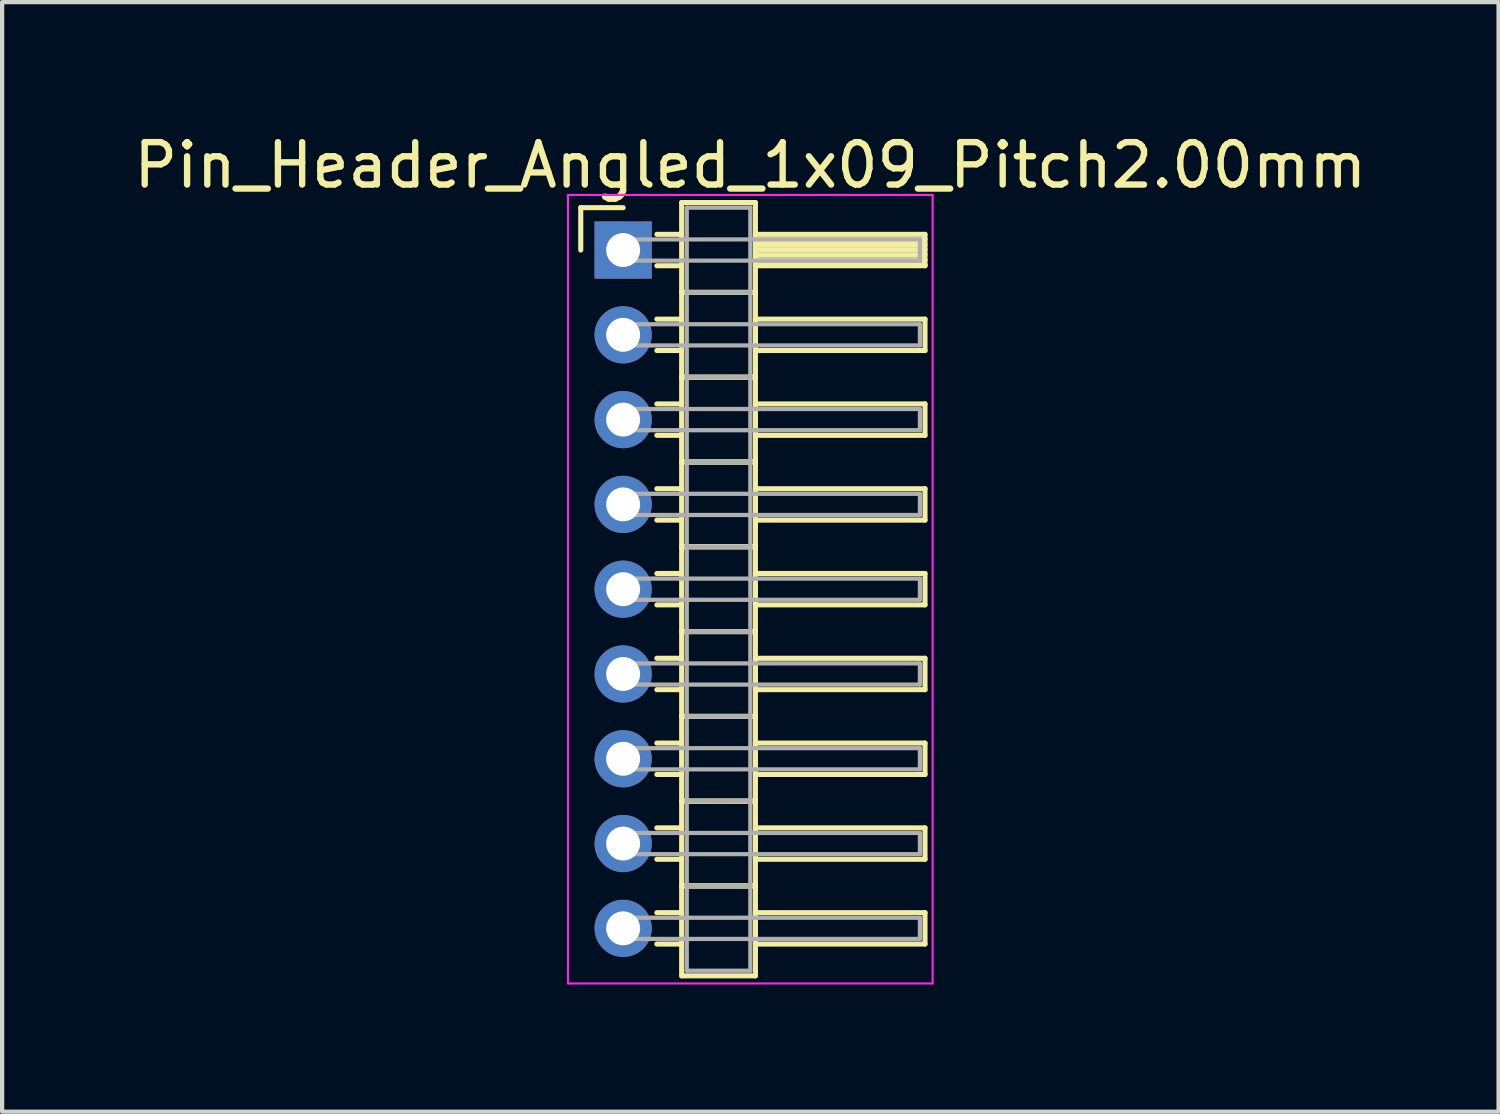
<source format=kicad_pcb>
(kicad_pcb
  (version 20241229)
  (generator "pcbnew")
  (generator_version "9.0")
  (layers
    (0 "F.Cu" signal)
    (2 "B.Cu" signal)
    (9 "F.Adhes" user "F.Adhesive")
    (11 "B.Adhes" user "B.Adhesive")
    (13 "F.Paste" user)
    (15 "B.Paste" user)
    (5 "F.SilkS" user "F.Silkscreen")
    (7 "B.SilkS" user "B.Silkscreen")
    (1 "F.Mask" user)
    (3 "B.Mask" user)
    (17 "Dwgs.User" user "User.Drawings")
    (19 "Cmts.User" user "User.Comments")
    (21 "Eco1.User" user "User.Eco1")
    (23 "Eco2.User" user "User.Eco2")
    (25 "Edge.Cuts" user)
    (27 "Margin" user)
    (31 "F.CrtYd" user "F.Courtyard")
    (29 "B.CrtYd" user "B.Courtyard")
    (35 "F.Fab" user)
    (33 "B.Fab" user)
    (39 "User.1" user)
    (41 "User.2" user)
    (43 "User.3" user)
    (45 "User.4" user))
  (footprint "Pin_Header_Angled_1x09_Pitch2.00mm"
    (layer "F.Cu")
    (at 11.649 2.848)
    (property "Reference" "Pin_Header_Angled_1x09_Pitch2.00mm" (at 3 -2 0) (layer "F.SilkS") (effects (font (size 1 1) (thickness 0.15))))
    (attr through_hole)
    (fp_line (start -1 -1) (end 0 -1) (stroke (width 0.12) (type solid)) (layer "F.SilkS"))
    (fp_line (start -1 0) (end -1 -1) (stroke (width 0.12) (type solid)) (layer "F.SilkS"))
    (fp_line (start 0.795 -0.37) (end 1.38 -0.37) (stroke (width 0.12) (type solid)) (layer "F.SilkS"))
    (fp_line (start 0.795 0.37) (end 1.38 0.37) (stroke (width 0.12) (type solid)) (layer "F.SilkS"))
    (fp_line (start 0.795 1.63) (end 1.38 1.63) (stroke (width 0.12) (type solid)) (layer "F.SilkS"))
    (fp_line (start 0.795 2.37) (end 1.38 2.37) (stroke (width 0.12) (type solid)) (layer "F.SilkS"))
    (fp_line (start 0.795 3.63) (end 1.38 3.63) (stroke (width 0.12) (type solid)) (layer "F.SilkS"))
    (fp_line (start 0.795 4.37) (end 1.38 4.37) (stroke (width 0.12) (type solid)) (layer "F.SilkS"))
    (fp_line (start 0.795 5.63) (end 1.38 5.63) (stroke (width 0.12) (type solid)) (layer "F.SilkS"))
    (fp_line (start 0.795 6.37) (end 1.38 6.37) (stroke (width 0.12) (type solid)) (layer "F.SilkS"))
    (fp_line (start 0.795 7.63) (end 1.38 7.63) (stroke (width 0.12) (type solid)) (layer "F.SilkS"))
    (fp_line (start 0.795 8.37) (end 1.38 8.37) (stroke (width 0.12) (type solid)) (layer "F.SilkS"))
    (fp_line (start 0.795 9.63) (end 1.38 9.63) (stroke (width 0.12) (type solid)) (layer "F.SilkS"))
    (fp_line (start 0.795 10.37) (end 1.38 10.37) (stroke (width 0.12) (type solid)) (layer "F.SilkS"))
    (fp_line (start 0.795 11.63) (end 1.38 11.63) (stroke (width 0.12) (type solid)) (layer "F.SilkS"))
    (fp_line (start 0.795 12.37) (end 1.38 12.37) (stroke (width 0.12) (type solid)) (layer "F.SilkS"))
    (fp_line (start 0.795 13.63) (end 1.38 13.63) (stroke (width 0.12) (type solid)) (layer "F.SilkS"))
    (fp_line (start 0.795 14.37) (end 1.38 14.37) (stroke (width 0.12) (type solid)) (layer "F.SilkS"))
    (fp_line (start 0.795 15.63) (end 1.38 15.63) (stroke (width 0.12) (type solid)) (layer "F.SilkS"))
    (fp_line (start 0.795 16.37) (end 1.38 16.37) (stroke (width 0.12) (type solid)) (layer "F.SilkS"))
    (fp_line (start 1.38 -1.12) (end 1.38 1) (stroke (width 0.12) (type solid)) (layer "F.SilkS"))
    (fp_line (start 1.38 1) (end 1.38 3) (stroke (width 0.12) (type solid)) (layer "F.SilkS"))
    (fp_line (start 1.38 1) (end 3.12 1) (stroke (width 0.12) (type solid)) (layer "F.SilkS"))
    (fp_line (start 1.38 3) (end 1.38 5) (stroke (width 0.12) (type solid)) (layer "F.SilkS"))
    (fp_line (start 1.38 3) (end 3.12 3) (stroke (width 0.12) (type solid)) (layer "F.SilkS"))
    (fp_line (start 1.38 5) (end 1.38 7) (stroke (width 0.12) (type solid)) (layer "F.SilkS"))
    (fp_line (start 1.38 5) (end 3.12 5) (stroke (width 0.12) (type solid)) (layer "F.SilkS"))
    (fp_line (start 1.38 7) (end 1.38 9) (stroke (width 0.12) (type solid)) (layer "F.SilkS"))
    (fp_line (start 1.38 7) (end 3.12 7) (stroke (width 0.12) (type solid)) (layer "F.SilkS"))
    (fp_line (start 1.38 9) (end 1.38 11) (stroke (width 0.12) (type solid)) (layer "F.SilkS"))
    (fp_line (start 1.38 9) (end 3.12 9) (stroke (width 0.12) (type solid)) (layer "F.SilkS"))
    (fp_line (start 1.38 11) (end 1.38 13) (stroke (width 0.12) (type solid)) (layer "F.SilkS"))
    (fp_line (start 1.38 11) (end 3.12 11) (stroke (width 0.12) (type solid)) (layer "F.SilkS"))
    (fp_line (start 1.38 13) (end 1.38 15) (stroke (width 0.12) (type solid)) (layer "F.SilkS"))
    (fp_line (start 1.38 13) (end 3.12 13) (stroke (width 0.12) (type solid)) (layer "F.SilkS"))
    (fp_line (start 1.38 15) (end 1.38 17.12) (stroke (width 0.12) (type solid)) (layer "F.SilkS"))
    (fp_line (start 1.38 15) (end 3.12 15) (stroke (width 0.12) (type solid)) (layer "F.SilkS"))
    (fp_line (start 1.38 17.12) (end 3.12 17.12) (stroke (width 0.12) (type solid)) (layer "F.SilkS"))
    (fp_line (start 3.12 -1.12) (end 1.38 -1.12) (stroke (width 0.12) (type solid)) (layer "F.SilkS"))
    (fp_line (start 3.12 -0.37) (end 3.12 0.37) (stroke (width 0.12) (type solid)) (layer "F.SilkS"))
    (fp_line (start 3.12 -0.25) (end 7.12 -0.25) (stroke (width 0.12) (type solid)) (layer "F.SilkS"))
    (fp_line (start 3.12 -0.13) (end 7.12 -0.13) (stroke (width 0.12) (type solid)) (layer "F.SilkS"))
    (fp_line (start 3.12 -0.01) (end 7.12 -0.01) (stroke (width 0.12) (type solid)) (layer "F.SilkS"))
    (fp_line (start 3.12 0.11) (end 7.12 0.11) (stroke (width 0.12) (type solid)) (layer "F.SilkS"))
    (fp_line (start 3.12 0.23) (end 7.12 0.23) (stroke (width 0.12) (type solid)) (layer "F.SilkS"))
    (fp_line (start 3.12 0.35) (end 7.12 0.35) (stroke (width 0.12) (type solid)) (layer "F.SilkS"))
    (fp_line (start 3.12 0.37) (end 7.12 0.37) (stroke (width 0.12) (type solid)) (layer "F.SilkS"))
    (fp_line (start 3.12 1) (end 1.38 1) (stroke (width 0.12) (type solid)) (layer "F.SilkS"))
    (fp_line (start 3.12 1) (end 3.12 -1.12) (stroke (width 0.12) (type solid)) (layer "F.SilkS"))
    (fp_line (start 3.12 1.63) (end 3.12 2.37) (stroke (width 0.12) (type solid)) (layer "F.SilkS"))
    (fp_line (start 3.12 2.37) (end 7.12 2.37) (stroke (width 0.12) (type solid)) (layer "F.SilkS"))
    (fp_line (start 3.12 3) (end 1.38 3) (stroke (width 0.12) (type solid)) (layer "F.SilkS"))
    (fp_line (start 3.12 3) (end 3.12 1) (stroke (width 0.12) (type solid)) (layer "F.SilkS"))
    (fp_line (start 3.12 3.63) (end 3.12 4.37) (stroke (width 0.12) (type solid)) (layer "F.SilkS"))
    (fp_line (start 3.12 4.37) (end 7.12 4.37) (stroke (width 0.12) (type solid)) (layer "F.SilkS"))
    (fp_line (start 3.12 5) (end 1.38 5) (stroke (width 0.12) (type solid)) (layer "F.SilkS"))
    (fp_line (start 3.12 5) (end 3.12 3) (stroke (width 0.12) (type solid)) (layer "F.SilkS"))
    (fp_line (start 3.12 5.63) (end 3.12 6.37) (stroke (width 0.12) (type solid)) (layer "F.SilkS"))
    (fp_line (start 3.12 6.37) (end 7.12 6.37) (stroke (width 0.12) (type solid)) (layer "F.SilkS"))
    (fp_line (start 3.12 7) (end 1.38 7) (stroke (width 0.12) (type solid)) (layer "F.SilkS"))
    (fp_line (start 3.12 7) (end 3.12 5) (stroke (width 0.12) (type solid)) (layer "F.SilkS"))
    (fp_line (start 3.12 7.63) (end 3.12 8.37) (stroke (width 0.12) (type solid)) (layer "F.SilkS"))
    (fp_line (start 3.12 8.37) (end 7.12 8.37) (stroke (width 0.12) (type solid)) (layer "F.SilkS"))
    (fp_line (start 3.12 9) (end 1.38 9) (stroke (width 0.12) (type solid)) (layer "F.SilkS"))
    (fp_line (start 3.12 9) (end 3.12 7) (stroke (width 0.12) (type solid)) (layer "F.SilkS"))
    (fp_line (start 3.12 9.63) (end 3.12 10.37) (stroke (width 0.12) (type solid)) (layer "F.SilkS"))
    (fp_line (start 3.12 10.37) (end 7.12 10.37) (stroke (width 0.12) (type solid)) (layer "F.SilkS"))
    (fp_line (start 3.12 11) (end 1.38 11) (stroke (width 0.12) (type solid)) (layer "F.SilkS"))
    (fp_line (start 3.12 11) (end 3.12 9) (stroke (width 0.12) (type solid)) (layer "F.SilkS"))
    (fp_line (start 3.12 11.63) (end 3.12 12.37) (stroke (width 0.12) (type solid)) (layer "F.SilkS"))
    (fp_line (start 3.12 12.37) (end 7.12 12.37) (stroke (width 0.12) (type solid)) (layer "F.SilkS"))
    (fp_line (start 3.12 13) (end 1.38 13) (stroke (width 0.12) (type solid)) (layer "F.SilkS"))
    (fp_line (start 3.12 13) (end 3.12 11) (stroke (width 0.12) (type solid)) (layer "F.SilkS"))
    (fp_line (start 3.12 13.63) (end 3.12 14.37) (stroke (width 0.12) (type solid)) (layer "F.SilkS"))
    (fp_line (start 3.12 14.37) (end 7.12 14.37) (stroke (width 0.12) (type solid)) (layer "F.SilkS"))
    (fp_line (start 3.12 15) (end 1.38 15) (stroke (width 0.12) (type solid)) (layer "F.SilkS"))
    (fp_line (start 3.12 15) (end 3.12 13) (stroke (width 0.12) (type solid)) (layer "F.SilkS"))
    (fp_line (start 3.12 15.63) (end 3.12 16.37) (stroke (width 0.12) (type solid)) (layer "F.SilkS"))
    (fp_line (start 3.12 16.37) (end 7.12 16.37) (stroke (width 0.12) (type solid)) (layer "F.SilkS"))
    (fp_line (start 3.12 17.12) (end 3.12 15) (stroke (width 0.12) (type solid)) (layer "F.SilkS"))
    (fp_line (start 7.12 -0.37) (end 3.12 -0.37) (stroke (width 0.12) (type solid)) (layer "F.SilkS"))
    (fp_line (start 7.12 0.37) (end 7.12 -0.37) (stroke (width 0.12) (type solid)) (layer "F.SilkS"))
    (fp_line (start 7.12 1.63) (end 3.12 1.63) (stroke (width 0.12) (type solid)) (layer "F.SilkS"))
    (fp_line (start 7.12 2.37) (end 7.12 1.63) (stroke (width 0.12) (type solid)) (layer "F.SilkS"))
    (fp_line (start 7.12 3.63) (end 3.12 3.63) (stroke (width 0.12) (type solid)) (layer "F.SilkS"))
    (fp_line (start 7.12 4.37) (end 7.12 3.63) (stroke (width 0.12) (type solid)) (layer "F.SilkS"))
    (fp_line (start 7.12 5.63) (end 3.12 5.63) (stroke (width 0.12) (type solid)) (layer "F.SilkS"))
    (fp_line (start 7.12 6.37) (end 7.12 5.63) (stroke (width 0.12) (type solid)) (layer "F.SilkS"))
    (fp_line (start 7.12 7.63) (end 3.12 7.63) (stroke (width 0.12) (type solid)) (layer "F.SilkS"))
    (fp_line (start 7.12 8.37) (end 7.12 7.63) (stroke (width 0.12) (type solid)) (layer "F.SilkS"))
    (fp_line (start 7.12 9.63) (end 3.12 9.63) (stroke (width 0.12) (type solid)) (layer "F.SilkS"))
    (fp_line (start 7.12 10.37) (end 7.12 9.63) (stroke (width 0.12) (type solid)) (layer "F.SilkS"))
    (fp_line (start 7.12 11.63) (end 3.12 11.63) (stroke (width 0.12) (type solid)) (layer "F.SilkS"))
    (fp_line (start 7.12 12.37) (end 7.12 11.63) (stroke (width 0.12) (type solid)) (layer "F.SilkS"))
    (fp_line (start 7.12 13.63) (end 3.12 13.63) (stroke (width 0.12) (type solid)) (layer "F.SilkS"))
    (fp_line (start 7.12 14.37) (end 7.12 13.63) (stroke (width 0.12) (type solid)) (layer "F.SilkS"))
    (fp_line (start 7.12 15.63) (end 3.12 15.63) (stroke (width 0.12) (type solid)) (layer "F.SilkS"))
    (fp_line (start 7.12 16.37) (end 7.12 15.63) (stroke (width 0.12) (type solid)) (layer "F.SilkS"))
    (fp_line (start -1.3 -1.3) (end -1.3 17.3) (stroke (width 0.05) (type solid)) (layer "F.CrtYd"))
    (fp_line (start -1.3 17.3) (end 7.3 17.3) (stroke (width 0.05) (type solid)) (layer "F.CrtYd"))
    (fp_line (start 7.3 -1.3) (end -1.3 -1.3) (stroke (width 0.05) (type solid)) (layer "F.CrtYd"))
    (fp_line (start 7.3 17.3) (end 7.3 -1.3) (stroke (width 0.05) (type solid)) (layer "F.CrtYd"))
    (fp_line (start 0 -0.25) (end 0 0.25) (stroke (width 0.1) (type solid)) (layer "F.Fab"))
    (fp_line (start 0 0.25) (end 7 0.25) (stroke (width 0.1) (type solid)) (layer "F.Fab"))
    (fp_line (start 0 1.75) (end 0 2.25) (stroke (width 0.1) (type solid)) (layer "F.Fab"))
    (fp_line (start 0 2.25) (end 7 2.25) (stroke (width 0.1) (type solid)) (layer "F.Fab"))
    (fp_line (start 0 3.75) (end 0 4.25) (stroke (width 0.1) (type solid)) (layer "F.Fab"))
    (fp_line (start 0 4.25) (end 7 4.25) (stroke (width 0.1) (type solid)) (layer "F.Fab"))
    (fp_line (start 0 5.75) (end 0 6.25) (stroke (width 0.1) (type solid)) (layer "F.Fab"))
    (fp_line (start 0 6.25) (end 7 6.25) (stroke (width 0.1) (type solid)) (layer "F.Fab"))
    (fp_line (start 0 7.75) (end 0 8.25) (stroke (width 0.1) (type solid)) (layer "F.Fab"))
    (fp_line (start 0 8.25) (end 7 8.25) (stroke (width 0.1) (type solid)) (layer "F.Fab"))
    (fp_line (start 0 9.75) (end 0 10.25) (stroke (width 0.1) (type solid)) (layer "F.Fab"))
    (fp_line (start 0 10.25) (end 7 10.25) (stroke (width 0.1) (type solid)) (layer "F.Fab"))
    (fp_line (start 0 11.75) (end 0 12.25) (stroke (width 0.1) (type solid)) (layer "F.Fab"))
    (fp_line (start 0 12.25) (end 7 12.25) (stroke (width 0.1) (type solid)) (layer "F.Fab"))
    (fp_line (start 0 13.75) (end 0 14.25) (stroke (width 0.1) (type solid)) (layer "F.Fab"))
    (fp_line (start 0 14.25) (end 7 14.25) (stroke (width 0.1) (type solid)) (layer "F.Fab"))
    (fp_line (start 0 15.75) (end 0 16.25) (stroke (width 0.1) (type solid)) (layer "F.Fab"))
    (fp_line (start 0 16.25) (end 7 16.25) (stroke (width 0.1) (type solid)) (layer "F.Fab"))
    (fp_line (start 1.5 -1) (end 1.5 1) (stroke (width 0.1) (type solid)) (layer "F.Fab"))
    (fp_line (start 1.5 1) (end 1.5 3) (stroke (width 0.1) (type solid)) (layer "F.Fab"))
    (fp_line (start 1.5 1) (end 3 1) (stroke (width 0.1) (type solid)) (layer "F.Fab"))
    (fp_line (start 1.5 3) (end 1.5 5) (stroke (width 0.1) (type solid)) (layer "F.Fab"))
    (fp_line (start 1.5 3) (end 3 3) (stroke (width 0.1) (type solid)) (layer "F.Fab"))
    (fp_line (start 1.5 5) (end 1.5 7) (stroke (width 0.1) (type solid)) (layer "F.Fab"))
    (fp_line (start 1.5 5) (end 3 5) (stroke (width 0.1) (type solid)) (layer "F.Fab"))
    (fp_line (start 1.5 7) (end 1.5 9) (stroke (width 0.1) (type solid)) (layer "F.Fab"))
    (fp_line (start 1.5 7) (end 3 7) (stroke (width 0.1) (type solid)) (layer "F.Fab"))
    (fp_line (start 1.5 9) (end 1.5 11) (stroke (width 0.1) (type solid)) (layer "F.Fab"))
    (fp_line (start 1.5 9) (end 3 9) (stroke (width 0.1) (type solid)) (layer "F.Fab"))
    (fp_line (start 1.5 11) (end 1.5 13) (stroke (width 0.1) (type solid)) (layer "F.Fab"))
    (fp_line (start 1.5 11) (end 3 11) (stroke (width 0.1) (type solid)) (layer "F.Fab"))
    (fp_line (start 1.5 13) (end 1.5 15) (stroke (width 0.1) (type solid)) (layer "F.Fab"))
    (fp_line (start 1.5 13) (end 3 13) (stroke (width 0.1) (type solid)) (layer "F.Fab"))
    (fp_line (start 1.5 15) (end 1.5 17) (stroke (width 0.1) (type solid)) (layer "F.Fab"))
    (fp_line (start 1.5 15) (end 3 15) (stroke (width 0.1) (type solid)) (layer "F.Fab"))
    (fp_line (start 1.5 17) (end 3 17) (stroke (width 0.1) (type solid)) (layer "F.Fab"))
    (fp_line (start 3 -1) (end 1.5 -1) (stroke (width 0.1) (type solid)) (layer "F.Fab"))
    (fp_line (start 3 1) (end 1.5 1) (stroke (width 0.1) (type solid)) (layer "F.Fab"))
    (fp_line (start 3 1) (end 3 -1) (stroke (width 0.1) (type solid)) (layer "F.Fab"))
    (fp_line (start 3 3) (end 1.5 3) (stroke (width 0.1) (type solid)) (layer "F.Fab"))
    (fp_line (start 3 3) (end 3 1) (stroke (width 0.1) (type solid)) (layer "F.Fab"))
    (fp_line (start 3 5) (end 1.5 5) (stroke (width 0.1) (type solid)) (layer "F.Fab"))
    (fp_line (start 3 5) (end 3 3) (stroke (width 0.1) (type solid)) (layer "F.Fab"))
    (fp_line (start 3 7) (end 1.5 7) (stroke (width 0.1) (type solid)) (layer "F.Fab"))
    (fp_line (start 3 7) (end 3 5) (stroke (width 0.1) (type solid)) (layer "F.Fab"))
    (fp_line (start 3 9) (end 1.5 9) (stroke (width 0.1) (type solid)) (layer "F.Fab"))
    (fp_line (start 3 9) (end 3 7) (stroke (width 0.1) (type solid)) (layer "F.Fab"))
    (fp_line (start 3 11) (end 1.5 11) (stroke (width 0.1) (type solid)) (layer "F.Fab"))
    (fp_line (start 3 11) (end 3 9) (stroke (width 0.1) (type solid)) (layer "F.Fab"))
    (fp_line (start 3 13) (end 1.5 13) (stroke (width 0.1) (type solid)) (layer "F.Fab"))
    (fp_line (start 3 13) (end 3 11) (stroke (width 0.1) (type solid)) (layer "F.Fab"))
    (fp_line (start 3 15) (end 1.5 15) (stroke (width 0.1) (type solid)) (layer "F.Fab"))
    (fp_line (start 3 15) (end 3 13) (stroke (width 0.1) (type solid)) (layer "F.Fab"))
    (fp_line (start 3 17) (end 3 15) (stroke (width 0.1) (type solid)) (layer "F.Fab"))
    (fp_line (start 7 -0.25) (end 0 -0.25) (stroke (width 0.1) (type solid)) (layer "F.Fab"))
    (fp_line (start 7 0.25) (end 7 -0.25) (stroke (width 0.1) (type solid)) (layer "F.Fab"))
    (fp_line (start 7 1.75) (end 0 1.75) (stroke (width 0.1) (type solid)) (layer "F.Fab"))
    (fp_line (start 7 2.25) (end 7 1.75) (stroke (width 0.1) (type solid)) (layer "F.Fab"))
    (fp_line (start 7 3.75) (end 0 3.75) (stroke (width 0.1) (type solid)) (layer "F.Fab"))
    (fp_line (start 7 4.25) (end 7 3.75) (stroke (width 0.1) (type solid)) (layer "F.Fab"))
    (fp_line (start 7 5.75) (end 0 5.75) (stroke (width 0.1) (type solid)) (layer "F.Fab"))
    (fp_line (start 7 6.25) (end 7 5.75) (stroke (width 0.1) (type solid)) (layer "F.Fab"))
    (fp_line (start 7 7.75) (end 0 7.75) (stroke (width 0.1) (type solid)) (layer "F.Fab"))
    (fp_line (start 7 8.25) (end 7 7.75) (stroke (width 0.1) (type solid)) (layer "F.Fab"))
    (fp_line (start 7 9.75) (end 0 9.75) (stroke (width 0.1) (type solid)) (layer "F.Fab"))
    (fp_line (start 7 10.25) (end 7 9.75) (stroke (width 0.1) (type solid)) (layer "F.Fab"))
    (fp_line (start 7 11.75) (end 0 11.75) (stroke (width 0.1) (type solid)) (layer "F.Fab"))
    (fp_line (start 7 12.25) (end 7 11.75) (stroke (width 0.1) (type solid)) (layer "F.Fab"))
    (fp_line (start 7 13.75) (end 0 13.75) (stroke (width 0.1) (type solid)) (layer "F.Fab"))
    (fp_line (start 7 14.25) (end 7 13.75) (stroke (width 0.1) (type solid)) (layer "F.Fab"))
    (fp_line (start 7 15.75) (end 0 15.75) (stroke (width 0.1) (type solid)) (layer "F.Fab"))
    (fp_line (start 7 16.25) (end 7 15.75) (stroke (width 0.1) (type solid)) (layer "F.Fab"))
    (pad "1" thru_hole rect (at 0 0) (size 1.35 1.35) (drill 0.8) (layers "*.Cu" "*.Mask"))
    (pad "2" thru_hole oval (at 0 2) (size 1.35 1.35) (drill 0.8) (layers "*.Cu" "*.Mask"))
    (pad "3" thru_hole oval (at 0 4) (size 1.35 1.35) (drill 0.8) (layers "*.Cu" "*.Mask"))
    (pad "4" thru_hole oval (at 0 6) (size 1.35 1.35) (drill 0.8) (layers "*.Cu" "*.Mask"))
    (pad "5" thru_hole oval (at 0 8) (size 1.35 1.35) (drill 0.8) (layers "*.Cu" "*.Mask"))
    (pad "6" thru_hole oval (at 0 10) (size 1.35 1.35) (drill 0.8) (layers "*.Cu" "*.Mask"))
    (pad "7" thru_hole oval (at 0 12) (size 1.35 1.35) (drill 0.8) (layers "*.Cu" "*.Mask"))
    (pad "8" thru_hole oval (at 0 14) (size 1.35 1.35) (drill 0.8) (layers "*.Cu" "*.Mask"))
    (pad "9" thru_hole oval (at 0 16) (size 1.35 1.35) (drill 0.8) (layers "*.Cu" "*.Mask")))
  (gr_rect
    (start -3 -3)
    (end 32.298 23.173)
    (stroke (width 0.1) (type default))
    (fill no)
    (layer "Edge.Cuts")))
</source>
